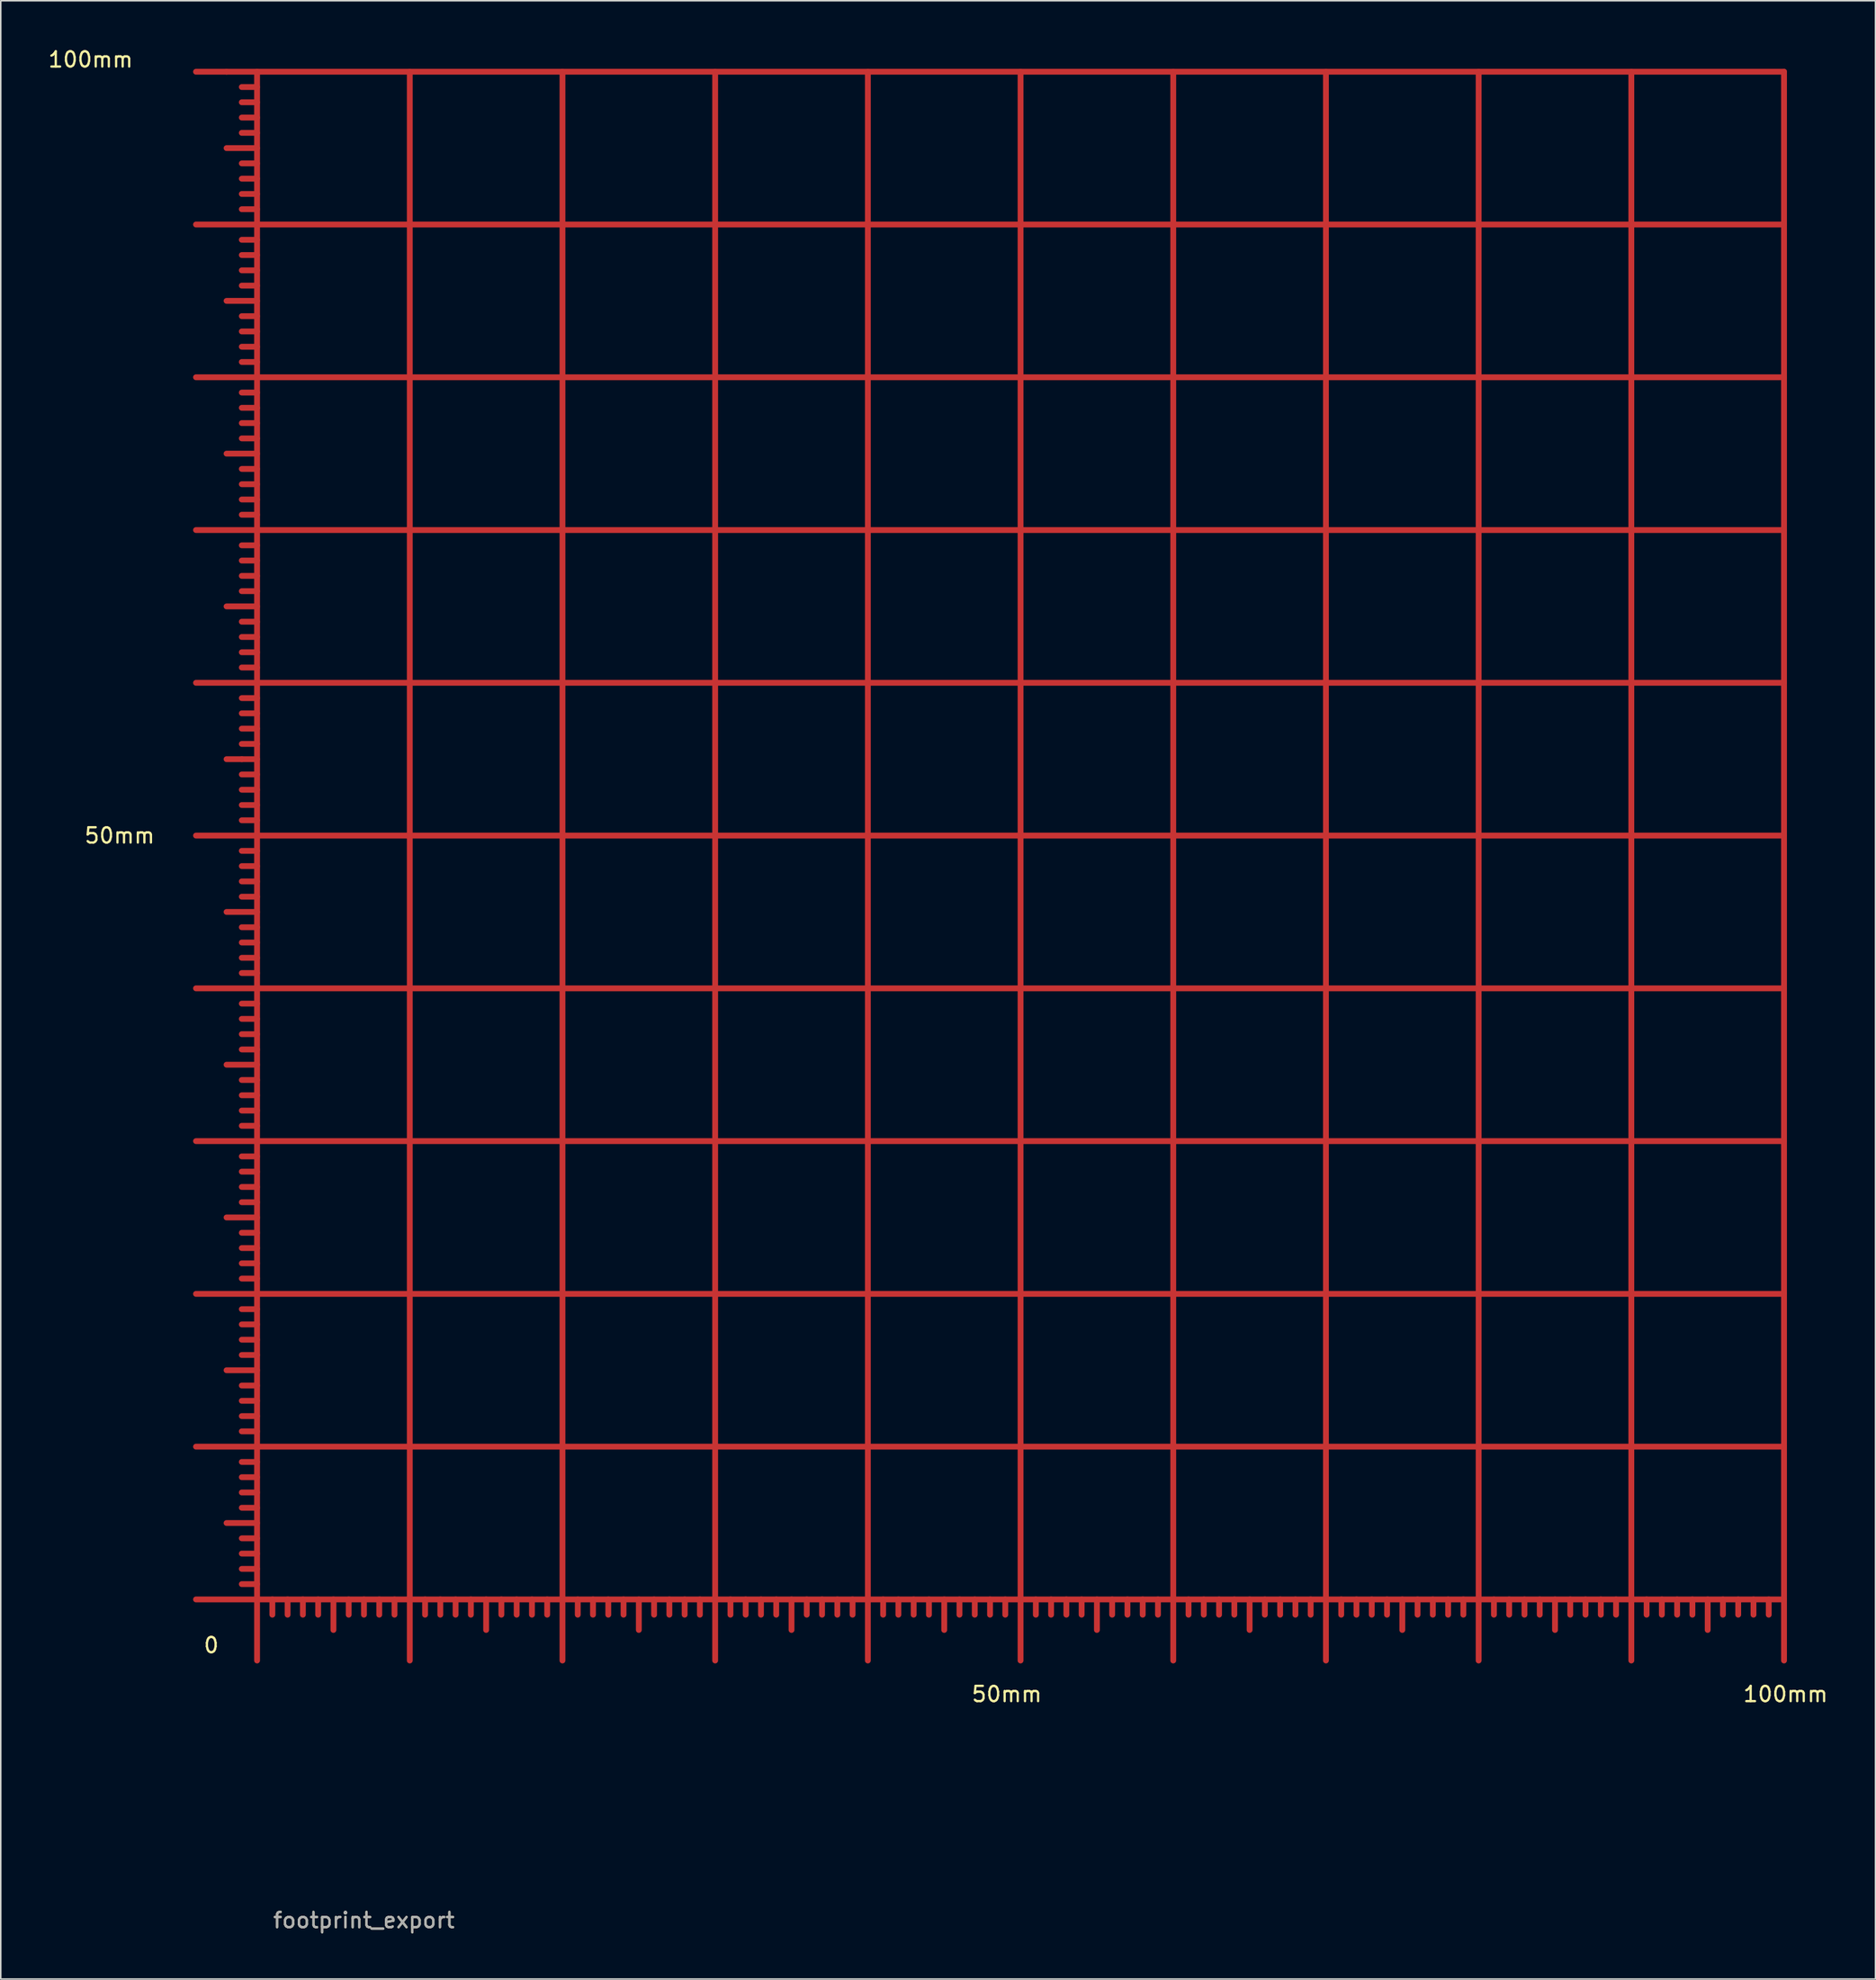
<source format=kicad_pcb>
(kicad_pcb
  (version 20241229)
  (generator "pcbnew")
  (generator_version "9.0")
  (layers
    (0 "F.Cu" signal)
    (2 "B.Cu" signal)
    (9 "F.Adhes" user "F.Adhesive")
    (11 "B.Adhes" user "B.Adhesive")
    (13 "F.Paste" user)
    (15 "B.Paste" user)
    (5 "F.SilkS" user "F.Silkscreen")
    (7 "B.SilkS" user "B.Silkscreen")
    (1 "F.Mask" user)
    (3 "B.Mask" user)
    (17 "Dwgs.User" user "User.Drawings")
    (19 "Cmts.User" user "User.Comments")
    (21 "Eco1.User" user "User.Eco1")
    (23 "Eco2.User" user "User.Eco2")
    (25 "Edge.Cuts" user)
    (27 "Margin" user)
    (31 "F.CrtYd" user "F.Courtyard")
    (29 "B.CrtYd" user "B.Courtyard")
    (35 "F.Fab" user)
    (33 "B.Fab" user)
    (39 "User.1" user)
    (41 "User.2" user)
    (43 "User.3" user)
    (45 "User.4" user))
  (footprint "footprint_export"
    (layer "F.Cu")
    (at 13.786 101.646)
    (property "Reference" "footprint_export" (at 7 21.001 0) (layer "F.SilkS") (effects (font (size 1 1) (thickness 0.15))))
    (attr exclude_from_pos_files exclude_from_bom)
    (fp_line (start -1.999 -100) (end -4 -100) (stroke (width 0.381) (type solid)) (layer "F.Cu"))
    (fp_line (start -1.001 -55.001) (end -1.999 -55.001) (stroke (width 0.381) (type solid)) (layer "F.Cu"))
    (fp_line (start 0 -100) (end -1.999 -100) (stroke (width 0.381) (type solid)) (layer "F.Cu"))
    (fp_line (start 0 -100) (end 100 -100) (stroke (width 0.381) (type solid)) (layer "F.Cu"))
    (fp_line (start 0 -98.999) (end -1.001 -98.999) (stroke (width 0.381) (type solid)) (layer "F.Cu"))
    (fp_line (start 0 -98.001) (end -1.001 -98.001) (stroke (width 0.381) (type solid)) (layer "F.Cu"))
    (fp_line (start 0 -97) (end -1.001 -97) (stroke (width 0.381) (type solid)) (layer "F.Cu"))
    (fp_line (start 0 -95.999) (end -1.001 -95.999) (stroke (width 0.381) (type solid)) (layer "F.Cu"))
    (fp_line (start 0 -95.001) (end -1.999 -95.001) (stroke (width 0.381) (type solid)) (layer "F.Cu"))
    (fp_line (start 0 -94) (end -1.001 -94) (stroke (width 0.381) (type solid)) (layer "F.Cu"))
    (fp_line (start 0 -93) (end -1.001 -93) (stroke (width 0.381) (type solid)) (layer "F.Cu"))
    (fp_line (start 0 -91.999) (end -1.001 -91.999) (stroke (width 0.381) (type solid)) (layer "F.Cu"))
    (fp_line (start 0 -91.001) (end -1.001 -91.001) (stroke (width 0.381) (type solid)) (layer "F.Cu"))
    (fp_line (start 0 -90) (end -4 -90) (stroke (width 0.381) (type solid)) (layer "F.Cu"))
    (fp_line (start 0 -90) (end 100 -90) (stroke (width 0.381) (type solid)) (layer "F.Cu"))
    (fp_line (start 0 -88.999) (end -1.001 -88.999) (stroke (width 0.381) (type solid)) (layer "F.Cu"))
    (fp_line (start 0 -88.001) (end -1.001 -88.001) (stroke (width 0.381) (type solid)) (layer "F.Cu"))
    (fp_line (start 0 -87) (end -1.001 -87) (stroke (width 0.381) (type solid)) (layer "F.Cu"))
    (fp_line (start 0 -85.999) (end -1.001 -85.999) (stroke (width 0.381) (type solid)) (layer "F.Cu"))
    (fp_line (start 0 -85.001) (end -1.999 -85.001) (stroke (width 0.381) (type solid)) (layer "F.Cu"))
    (fp_line (start 0 -84) (end -1.001 -84) (stroke (width 0.381) (type solid)) (layer "F.Cu"))
    (fp_line (start 0 -83) (end -1.001 -83) (stroke (width 0.381) (type solid)) (layer "F.Cu"))
    (fp_line (start 0 -81.999) (end -1.001 -81.999) (stroke (width 0.381) (type solid)) (layer "F.Cu"))
    (fp_line (start 0 -81.001) (end -1.001 -81.001) (stroke (width 0.381) (type solid)) (layer "F.Cu"))
    (fp_line (start 0 -80) (end -4 -80) (stroke (width 0.381) (type solid)) (layer "F.Cu"))
    (fp_line (start 0 -80) (end 100 -80) (stroke (width 0.381) (type solid)) (layer "F.Cu"))
    (fp_line (start 0 -78.999) (end -1.001 -78.999) (stroke (width 0.381) (type solid)) (layer "F.Cu"))
    (fp_line (start 0 -78.001) (end -1.001 -78.001) (stroke (width 0.381) (type solid)) (layer "F.Cu"))
    (fp_line (start 0 -77) (end -1.001 -77) (stroke (width 0.381) (type solid)) (layer "F.Cu"))
    (fp_line (start 0 -75.999) (end -1.001 -75.999) (stroke (width 0.381) (type solid)) (layer "F.Cu"))
    (fp_line (start 0 -75.001) (end -1.999 -75.001) (stroke (width 0.381) (type solid)) (layer "F.Cu"))
    (fp_line (start 0 -74) (end -1.001 -74) (stroke (width 0.381) (type solid)) (layer "F.Cu"))
    (fp_line (start 0 -73) (end -1.001 -73) (stroke (width 0.381) (type solid)) (layer "F.Cu"))
    (fp_line (start 0 -71.999) (end -1.001 -71.999) (stroke (width 0.381) (type solid)) (layer "F.Cu"))
    (fp_line (start 0 -71.001) (end -1.001 -71.001) (stroke (width 0.381) (type solid)) (layer "F.Cu"))
    (fp_line (start 0 -70) (end -4 -70) (stroke (width 0.381) (type solid)) (layer "F.Cu"))
    (fp_line (start 0 -70) (end 100 -70) (stroke (width 0.381) (type solid)) (layer "F.Cu"))
    (fp_line (start 0 -68.999) (end -1.001 -68.999) (stroke (width 0.381) (type solid)) (layer "F.Cu"))
    (fp_line (start 0 -68.001) (end -1.001 -68.001) (stroke (width 0.381) (type solid)) (layer "F.Cu"))
    (fp_line (start 0 -67) (end -1.001 -67) (stroke (width 0.381) (type solid)) (layer "F.Cu"))
    (fp_line (start 0 -65.999) (end -1.001 -65.999) (stroke (width 0.381) (type solid)) (layer "F.Cu"))
    (fp_line (start 0 -65.001) (end -1.999 -65.001) (stroke (width 0.381) (type solid)) (layer "F.Cu"))
    (fp_line (start 0 -64) (end -1.001 -64) (stroke (width 0.381) (type solid)) (layer "F.Cu"))
    (fp_line (start 0 -63) (end -1.001 -63) (stroke (width 0.381) (type solid)) (layer "F.Cu"))
    (fp_line (start 0 -61.999) (end -1.001 -61.999) (stroke (width 0.381) (type solid)) (layer "F.Cu"))
    (fp_line (start 0 -61.001) (end -1.001 -61.001) (stroke (width 0.381) (type solid)) (layer "F.Cu"))
    (fp_line (start 0 -60) (end -4 -60) (stroke (width 0.381) (type solid)) (layer "F.Cu"))
    (fp_line (start 0 -60) (end 100 -60) (stroke (width 0.381) (type solid)) (layer "F.Cu"))
    (fp_line (start 0 -58.999) (end -1.001 -58.999) (stroke (width 0.381) (type solid)) (layer "F.Cu"))
    (fp_line (start 0 -58.001) (end -1.001 -58.001) (stroke (width 0.381) (type solid)) (layer "F.Cu"))
    (fp_line (start 0 -57) (end -1.001 -57) (stroke (width 0.381) (type solid)) (layer "F.Cu"))
    (fp_line (start 0 -55.999) (end -1.001 -55.999) (stroke (width 0.381) (type solid)) (layer "F.Cu"))
    (fp_line (start 0 -55.001) (end -1.001 -55.001) (stroke (width 0.381) (type solid)) (layer "F.Cu"))
    (fp_line (start 0 -54) (end -1.001 -54) (stroke (width 0.381) (type solid)) (layer "F.Cu"))
    (fp_line (start 0 -53) (end -1.001 -53) (stroke (width 0.381) (type solid)) (layer "F.Cu"))
    (fp_line (start 0 -51.999) (end -1.001 -51.999) (stroke (width 0.381) (type solid)) (layer "F.Cu"))
    (fp_line (start 0 -51.001) (end -1.001 -51.001) (stroke (width 0.381) (type solid)) (layer "F.Cu"))
    (fp_line (start 0 -50) (end -4 -50) (stroke (width 0.381) (type solid)) (layer "F.Cu"))
    (fp_line (start 0 -50) (end 100 -50) (stroke (width 0.381) (type solid)) (layer "F.Cu"))
    (fp_line (start 0 -48.999) (end -1.001 -48.999) (stroke (width 0.381) (type solid)) (layer "F.Cu"))
    (fp_line (start 0 -48.001) (end -1.001 -48.001) (stroke (width 0.381) (type solid)) (layer "F.Cu"))
    (fp_line (start 0 -47) (end -1.001 -47) (stroke (width 0.381) (type solid)) (layer "F.Cu"))
    (fp_line (start 0 -45.999) (end -1.001 -45.999) (stroke (width 0.381) (type solid)) (layer "F.Cu"))
    (fp_line (start 0 -45.001) (end -1.999 -45.001) (stroke (width 0.381) (type solid)) (layer "F.Cu"))
    (fp_line (start 0 -44) (end -1.001 -44) (stroke (width 0.381) (type solid)) (layer "F.Cu"))
    (fp_line (start 0 -43) (end -1.001 -43) (stroke (width 0.381) (type solid)) (layer "F.Cu"))
    (fp_line (start 0 -41.999) (end -1.001 -41.999) (stroke (width 0.381) (type solid)) (layer "F.Cu"))
    (fp_line (start 0 -41.001) (end -1.001 -41.001) (stroke (width 0.381) (type solid)) (layer "F.Cu"))
    (fp_line (start 0 -40) (end -4 -40) (stroke (width 0.381) (type solid)) (layer "F.Cu"))
    (fp_line (start 0 -40) (end 100 -40) (stroke (width 0.381) (type solid)) (layer "F.Cu"))
    (fp_line (start 0 -38.999) (end -1.001 -38.999) (stroke (width 0.381) (type solid)) (layer "F.Cu"))
    (fp_line (start 0 -38.001) (end -1.001 -38.001) (stroke (width 0.381) (type solid)) (layer "F.Cu"))
    (fp_line (start 0 -37) (end -1.001 -37) (stroke (width 0.381) (type solid)) (layer "F.Cu"))
    (fp_line (start 0 -35.999) (end -1.001 -35.999) (stroke (width 0.381) (type solid)) (layer "F.Cu"))
    (fp_line (start 0 -35.001) (end -1.999 -35.001) (stroke (width 0.381) (type solid)) (layer "F.Cu"))
    (fp_line (start 0 -34) (end -1.001 -34) (stroke (width 0.381) (type solid)) (layer "F.Cu"))
    (fp_line (start 0 -33) (end -1.001 -33) (stroke (width 0.381) (type solid)) (layer "F.Cu"))
    (fp_line (start 0 -31.999) (end -1.001 -31.999) (stroke (width 0.381) (type solid)) (layer "F.Cu"))
    (fp_line (start 0 -31.001) (end -1.001 -31.001) (stroke (width 0.381) (type solid)) (layer "F.Cu"))
    (fp_line (start 0 -30) (end -4 -30) (stroke (width 0.381) (type solid)) (layer "F.Cu"))
    (fp_line (start 0 -30) (end 100 -30) (stroke (width 0.381) (type solid)) (layer "F.Cu"))
    (fp_line (start 0 -28.999) (end -1.001 -28.999) (stroke (width 0.381) (type solid)) (layer "F.Cu"))
    (fp_line (start 0 -28.001) (end -1.001 -28.001) (stroke (width 0.381) (type solid)) (layer "F.Cu"))
    (fp_line (start 0 -27) (end -1.001 -27) (stroke (width 0.381) (type solid)) (layer "F.Cu"))
    (fp_line (start 0 -25.999) (end -1.001 -25.999) (stroke (width 0.381) (type solid)) (layer "F.Cu"))
    (fp_line (start 0 -25.001) (end -1.999 -25.001) (stroke (width 0.381) (type solid)) (layer "F.Cu"))
    (fp_line (start 0 -24) (end -1.001 -24) (stroke (width 0.381) (type solid)) (layer "F.Cu"))
    (fp_line (start 0 -23) (end -1.001 -23) (stroke (width 0.381) (type solid)) (layer "F.Cu"))
    (fp_line (start 0 -21.999) (end -1.001 -21.999) (stroke (width 0.381) (type solid)) (layer "F.Cu"))
    (fp_line (start 0 -21.001) (end -1.001 -21.001) (stroke (width 0.381) (type solid)) (layer "F.Cu"))
    (fp_line (start 0 -20) (end -4 -20) (stroke (width 0.381) (type solid)) (layer "F.Cu"))
    (fp_line (start 0 -20) (end 100 -20) (stroke (width 0.381) (type solid)) (layer "F.Cu"))
    (fp_line (start 0 -18.999) (end -1.001 -18.999) (stroke (width 0.381) (type solid)) (layer "F.Cu"))
    (fp_line (start 0 -18.001) (end -1.001 -18.001) (stroke (width 0.381) (type solid)) (layer "F.Cu"))
    (fp_line (start 0 -17) (end -1.001 -17) (stroke (width 0.381) (type solid)) (layer "F.Cu"))
    (fp_line (start 0 -15.999) (end -1.001 -15.999) (stroke (width 0.381) (type solid)) (layer "F.Cu"))
    (fp_line (start 0 -15.001) (end -1.999 -15.001) (stroke (width 0.381) (type solid)) (layer "F.Cu"))
    (fp_line (start 0 -14) (end -1.001 -14) (stroke (width 0.381) (type solid)) (layer "F.Cu"))
    (fp_line (start 0 -13) (end -1.001 -13) (stroke (width 0.381) (type solid)) (layer "F.Cu"))
    (fp_line (start 0 -11.999) (end -1.001 -11.999) (stroke (width 0.381) (type solid)) (layer "F.Cu"))
    (fp_line (start 0 -11.001) (end -1.001 -11.001) (stroke (width 0.381) (type solid)) (layer "F.Cu"))
    (fp_line (start 0 -10) (end -4 -10) (stroke (width 0.381) (type solid)) (layer "F.Cu"))
    (fp_line (start 0 -10) (end 100 -10) (stroke (width 0.381) (type solid)) (layer "F.Cu"))
    (fp_line (start 0 -8.999) (end -1.001 -8.999) (stroke (width 0.381) (type solid)) (layer "F.Cu"))
    (fp_line (start 0 -8.001) (end -1.001 -8.001) (stroke (width 0.381) (type solid)) (layer "F.Cu"))
    (fp_line (start 0 -7) (end -1.001 -7) (stroke (width 0.381) (type solid)) (layer "F.Cu"))
    (fp_line (start 0 -5.999) (end -1.001 -5.999) (stroke (width 0.381) (type solid)) (layer "F.Cu"))
    (fp_line (start 0 -5.001) (end -1.999 -5.001) (stroke (width 0.381) (type solid)) (layer "F.Cu"))
    (fp_line (start 0 -4) (end -1.001 -4) (stroke (width 0.381) (type solid)) (layer "F.Cu"))
    (fp_line (start 0 -3) (end -1.001 -3) (stroke (width 0.381) (type solid)) (layer "F.Cu"))
    (fp_line (start 0 -1.999) (end -1.001 -1.999) (stroke (width 0.381) (type solid)) (layer "F.Cu"))
    (fp_line (start 0 -1.001) (end -1.001 -1.001) (stroke (width 0.381) (type solid)) (layer "F.Cu"))
    (fp_line (start 0 0) (end -4 0) (stroke (width 0.381) (type solid)) (layer "F.Cu"))
    (fp_line (start 0 0) (end 0 -100) (stroke (width 0.381) (type solid)) (layer "F.Cu"))
    (fp_line (start 0 0) (end 0 4) (stroke (width 0.381) (type solid)) (layer "F.Cu"))
    (fp_line (start 0 0) (end 100 0) (stroke (width 0.381) (type solid)) (layer "F.Cu"))
    (fp_line (start 1.001 0) (end 1.001 1.001) (stroke (width 0.381) (type solid)) (layer "F.Cu"))
    (fp_line (start 1.999 0) (end 1.999 1.001) (stroke (width 0.381) (type solid)) (layer "F.Cu"))
    (fp_line (start 3 0) (end 3 1.001) (stroke (width 0.381) (type solid)) (layer "F.Cu"))
    (fp_line (start 4 0) (end 4 1.001) (stroke (width 0.381) (type solid)) (layer "F.Cu"))
    (fp_line (start 5.001 0) (end 5.001 1.999) (stroke (width 0.381) (type solid)) (layer "F.Cu"))
    (fp_line (start 5.999 0) (end 5.999 1.001) (stroke (width 0.381) (type solid)) (layer "F.Cu"))
    (fp_line (start 7 0) (end 7 1.001) (stroke (width 0.381) (type solid)) (layer "F.Cu"))
    (fp_line (start 8.001 0) (end 8.001 1.001) (stroke (width 0.381) (type solid)) (layer "F.Cu"))
    (fp_line (start 8.999 0) (end 8.999 1.001) (stroke (width 0.381) (type solid)) (layer "F.Cu"))
    (fp_line (start 10 0) (end 10 -100) (stroke (width 0.381) (type solid)) (layer "F.Cu"))
    (fp_line (start 10 0) (end 10 4) (stroke (width 0.381) (type solid)) (layer "F.Cu"))
    (fp_line (start 11.001 0) (end 11.001 1.001) (stroke (width 0.381) (type solid)) (layer "F.Cu"))
    (fp_line (start 11.999 0) (end 11.999 1.001) (stroke (width 0.381) (type solid)) (layer "F.Cu"))
    (fp_line (start 13 0) (end 13 1.001) (stroke (width 0.381) (type solid)) (layer "F.Cu"))
    (fp_line (start 14 0) (end 14 1.001) (stroke (width 0.381) (type solid)) (layer "F.Cu"))
    (fp_line (start 15.001 0) (end 15.001 1.999) (stroke (width 0.381) (type solid)) (layer "F.Cu"))
    (fp_line (start 15.999 0) (end 15.999 1.001) (stroke (width 0.381) (type solid)) (layer "F.Cu"))
    (fp_line (start 17 0) (end 17 1.001) (stroke (width 0.381) (type solid)) (layer "F.Cu"))
    (fp_line (start 18.001 0) (end 18.001 1.001) (stroke (width 0.381) (type solid)) (layer "F.Cu"))
    (fp_line (start 18.999 0) (end 18.999 1.001) (stroke (width 0.381) (type solid)) (layer "F.Cu"))
    (fp_line (start 20 0) (end 20 -100) (stroke (width 0.381) (type solid)) (layer "F.Cu"))
    (fp_line (start 20 0) (end 20 4) (stroke (width 0.381) (type solid)) (layer "F.Cu"))
    (fp_line (start 21.001 0) (end 21.001 1.001) (stroke (width 0.381) (type solid)) (layer "F.Cu"))
    (fp_line (start 21.999 0) (end 21.999 1.001) (stroke (width 0.381) (type solid)) (layer "F.Cu"))
    (fp_line (start 23 0) (end 23 1.001) (stroke (width 0.381) (type solid)) (layer "F.Cu"))
    (fp_line (start 24 0) (end 24 1.001) (stroke (width 0.381) (type solid)) (layer "F.Cu"))
    (fp_line (start 25.001 0) (end 25.001 1.999) (stroke (width 0.381) (type solid)) (layer "F.Cu"))
    (fp_line (start 25.999 0) (end 25.999 1.001) (stroke (width 0.381) (type solid)) (layer "F.Cu"))
    (fp_line (start 27 0) (end 27 1.001) (stroke (width 0.381) (type solid)) (layer "F.Cu"))
    (fp_line (start 28.001 0) (end 28.001 1.001) (stroke (width 0.381) (type solid)) (layer "F.Cu"))
    (fp_line (start 28.999 0) (end 28.999 1.001) (stroke (width 0.381) (type solid)) (layer "F.Cu"))
    (fp_line (start 30 0) (end 30 -100) (stroke (width 0.381) (type solid)) (layer "F.Cu"))
    (fp_line (start 30 0) (end 30 4) (stroke (width 0.381) (type solid)) (layer "F.Cu"))
    (fp_line (start 31.001 0) (end 31.001 1.001) (stroke (width 0.381) (type solid)) (layer "F.Cu"))
    (fp_line (start 31.999 0) (end 31.999 1.001) (stroke (width 0.381) (type solid)) (layer "F.Cu"))
    (fp_line (start 33 0) (end 33 1.001) (stroke (width 0.381) (type solid)) (layer "F.Cu"))
    (fp_line (start 34 0) (end 34 1.001) (stroke (width 0.381) (type solid)) (layer "F.Cu"))
    (fp_line (start 35.001 0) (end 35.001 1.999) (stroke (width 0.381) (type solid)) (layer "F.Cu"))
    (fp_line (start 35.999 0) (end 35.999 1.001) (stroke (width 0.381) (type solid)) (layer "F.Cu"))
    (fp_line (start 37 0) (end 37 1.001) (stroke (width 0.381) (type solid)) (layer "F.Cu"))
    (fp_line (start 38.001 0) (end 38.001 1.001) (stroke (width 0.381) (type solid)) (layer "F.Cu"))
    (fp_line (start 38.999 0) (end 38.999 1.001) (stroke (width 0.381) (type solid)) (layer "F.Cu"))
    (fp_line (start 40 0) (end 40 -100) (stroke (width 0.381) (type solid)) (layer "F.Cu"))
    (fp_line (start 40 0) (end 40 4) (stroke (width 0.381) (type solid)) (layer "F.Cu"))
    (fp_line (start 41.001 0) (end 41.001 1.001) (stroke (width 0.381) (type solid)) (layer "F.Cu"))
    (fp_line (start 41.999 0) (end 41.999 1.001) (stroke (width 0.381) (type solid)) (layer "F.Cu"))
    (fp_line (start 43 0) (end 43 1.001) (stroke (width 0.381) (type solid)) (layer "F.Cu"))
    (fp_line (start 44 0) (end 44 1.001) (stroke (width 0.381) (type solid)) (layer "F.Cu"))
    (fp_line (start 45.001 0) (end 45.001 1.999) (stroke (width 0.381) (type solid)) (layer "F.Cu"))
    (fp_line (start 45.999 0) (end 45.999 1.001) (stroke (width 0.381) (type solid)) (layer "F.Cu"))
    (fp_line (start 47 0) (end 47 1.001) (stroke (width 0.381) (type solid)) (layer "F.Cu"))
    (fp_line (start 48.001 0) (end 48.001 1.001) (stroke (width 0.381) (type solid)) (layer "F.Cu"))
    (fp_line (start 48.999 0) (end 48.999 1.001) (stroke (width 0.381) (type solid)) (layer "F.Cu"))
    (fp_line (start 50 0) (end 50 -100) (stroke (width 0.381) (type solid)) (layer "F.Cu"))
    (fp_line (start 50 0) (end 50 4) (stroke (width 0.381) (type solid)) (layer "F.Cu"))
    (fp_line (start 51.001 0) (end 51.001 1.001) (stroke (width 0.381) (type solid)) (layer "F.Cu"))
    (fp_line (start 51.999 0) (end 51.999 1.001) (stroke (width 0.381) (type solid)) (layer "F.Cu"))
    (fp_line (start 53 0) (end 53 1.001) (stroke (width 0.381) (type solid)) (layer "F.Cu"))
    (fp_line (start 54 0) (end 54 1.001) (stroke (width 0.381) (type solid)) (layer "F.Cu"))
    (fp_line (start 55.001 0) (end 55.001 1.999) (stroke (width 0.381) (type solid)) (layer "F.Cu"))
    (fp_line (start 55.999 0) (end 55.999 1.001) (stroke (width 0.381) (type solid)) (layer "F.Cu"))
    (fp_line (start 57 0) (end 57 1.001) (stroke (width 0.381) (type solid)) (layer "F.Cu"))
    (fp_line (start 58.001 0) (end 58.001 1.001) (stroke (width 0.381) (type solid)) (layer "F.Cu"))
    (fp_line (start 58.999 0) (end 58.999 1.001) (stroke (width 0.381) (type solid)) (layer "F.Cu"))
    (fp_line (start 60 -100) (end 60 0) (stroke (width 0.381) (type solid)) (layer "F.Cu"))
    (fp_line (start 60 0) (end 60 4) (stroke (width 0.381) (type solid)) (layer "F.Cu"))
    (fp_line (start 61.001 0) (end 61.001 1.001) (stroke (width 0.381) (type solid)) (layer "F.Cu"))
    (fp_line (start 61.999 0) (end 61.999 1.001) (stroke (width 0.381) (type solid)) (layer "F.Cu"))
    (fp_line (start 63 0) (end 63 1.001) (stroke (width 0.381) (type solid)) (layer "F.Cu"))
    (fp_line (start 64 0) (end 64 1.001) (stroke (width 0.381) (type solid)) (layer "F.Cu"))
    (fp_line (start 65.001 0) (end 65.001 1.999) (stroke (width 0.381) (type solid)) (layer "F.Cu"))
    (fp_line (start 65.999 0) (end 65.999 1.001) (stroke (width 0.381) (type solid)) (layer "F.Cu"))
    (fp_line (start 67 0) (end 67 1.001) (stroke (width 0.381) (type solid)) (layer "F.Cu"))
    (fp_line (start 68.001 0) (end 68.001 1.001) (stroke (width 0.381) (type solid)) (layer "F.Cu"))
    (fp_line (start 68.999 0) (end 68.999 1.001) (stroke (width 0.381) (type solid)) (layer "F.Cu"))
    (fp_line (start 70 0) (end 70 -100) (stroke (width 0.381) (type solid)) (layer "F.Cu"))
    (fp_line (start 70 0) (end 70 4) (stroke (width 0.381) (type solid)) (layer "F.Cu"))
    (fp_line (start 71.001 0) (end 71.001 1.001) (stroke (width 0.381) (type solid)) (layer "F.Cu"))
    (fp_line (start 71.999 0) (end 71.999 1.001) (stroke (width 0.381) (type solid)) (layer "F.Cu"))
    (fp_line (start 73 0) (end 73 1.001) (stroke (width 0.381) (type solid)) (layer "F.Cu"))
    (fp_line (start 74 0) (end 74 1.001) (stroke (width 0.381) (type solid)) (layer "F.Cu"))
    (fp_line (start 75.001 0) (end 75.001 1.999) (stroke (width 0.381) (type solid)) (layer "F.Cu"))
    (fp_line (start 75.999 0) (end 75.999 1.001) (stroke (width 0.381) (type solid)) (layer "F.Cu"))
    (fp_line (start 77 0) (end 77 1.001) (stroke (width 0.381) (type solid)) (layer "F.Cu"))
    (fp_line (start 78.001 0) (end 78.001 1.001) (stroke (width 0.381) (type solid)) (layer "F.Cu"))
    (fp_line (start 78.999 0) (end 78.999 1.001) (stroke (width 0.381) (type solid)) (layer "F.Cu"))
    (fp_line (start 80 -100) (end 80 0) (stroke (width 0.381) (type solid)) (layer "F.Cu"))
    (fp_line (start 80 0) (end 80 4) (stroke (width 0.381) (type solid)) (layer "F.Cu"))
    (fp_line (start 81.001 0) (end 81.001 1.001) (stroke (width 0.381) (type solid)) (layer "F.Cu"))
    (fp_line (start 81.999 0) (end 81.999 1.001) (stroke (width 0.381) (type solid)) (layer "F.Cu"))
    (fp_line (start 83 0) (end 83 1.001) (stroke (width 0.381) (type solid)) (layer "F.Cu"))
    (fp_line (start 84 0) (end 84 1.001) (stroke (width 0.381) (type solid)) (layer "F.Cu"))
    (fp_line (start 85.001 0) (end 85.001 1.999) (stroke (width 0.381) (type solid)) (layer "F.Cu"))
    (fp_line (start 85.999 0) (end 85.999 1.001) (stroke (width 0.381) (type solid)) (layer "F.Cu"))
    (fp_line (start 87 0) (end 87 1.001) (stroke (width 0.381) (type solid)) (layer "F.Cu"))
    (fp_line (start 88.001 0) (end 88.001 1.001) (stroke (width 0.381) (type solid)) (layer "F.Cu"))
    (fp_line (start 88.999 0) (end 88.999 1.001) (stroke (width 0.381) (type solid)) (layer "F.Cu"))
    (fp_line (start 90 0) (end 90 -100) (stroke (width 0.381) (type solid)) (layer "F.Cu"))
    (fp_line (start 90 0) (end 90 4) (stroke (width 0.381) (type solid)) (layer "F.Cu"))
    (fp_line (start 91.001 0) (end 91.001 1.001) (stroke (width 0.381) (type solid)) (layer "F.Cu"))
    (fp_line (start 91.999 0) (end 91.999 1.001) (stroke (width 0.381) (type solid)) (layer "F.Cu"))
    (fp_line (start 93 0) (end 93 1.001) (stroke (width 0.381) (type solid)) (layer "F.Cu"))
    (fp_line (start 94 0) (end 94 1.001) (stroke (width 0.381) (type solid)) (layer "F.Cu"))
    (fp_line (start 95.001 0) (end 95.001 1.999) (stroke (width 0.381) (type solid)) (layer "F.Cu"))
    (fp_line (start 95.999 0) (end 95.999 1.001) (stroke (width 0.381) (type solid)) (layer "F.Cu"))
    (fp_line (start 97 0) (end 97 1.001) (stroke (width 0.381) (type solid)) (layer "F.Cu"))
    (fp_line (start 98.001 0) (end 98.001 1.001) (stroke (width 0.381) (type solid)) (layer "F.Cu"))
    (fp_line (start 98.999 0) (end 98.999 1.001) (stroke (width 0.381) (type solid)) (layer "F.Cu"))
    (fp_line (start 100 -100) (end 100 0) (stroke (width 0.381) (type solid)) (layer "F.Cu"))
    (fp_line (start 100 0) (end 100 4) (stroke (width 0.381) (type solid)) (layer "F.Cu"))
    (fp_text user "50mm" (at 49.101 6.203 0) (layer "F.SilkS") (effects (font (size 1 1) (thickness 0.15))))
    (fp_text user "0" (at -3 3 0) (layer "F.SilkS") (effects (font (size 1 1) (thickness 0.15))))
    (fp_text user "50mm" (at -8.999 -50 0) (layer "F.SilkS") (effects (font (size 1 1) (thickness 0.15))))
    (fp_text user "100mm" (at 100.101 6.203 0) (layer "F.SilkS") (effects (font (size 1 1) (thickness 0.15))))
    (fp_text user "100mm" (at -10.899 -100.797 0) (layer "F.SilkS") (effects (font (size 1 1) (thickness 0.15))))
    (fp_text user "${REFERENCE}" (at 7 21.001 0) (layer "F.Fab") (effects (font (size 1 1) (thickness 0.15)))))
  (gr_rect
    (start -3 -3)
    (end 119.774 126.495)
    (stroke (width 0.1) (type default))
    (fill no)
    (layer "Edge.Cuts")))
</source>
